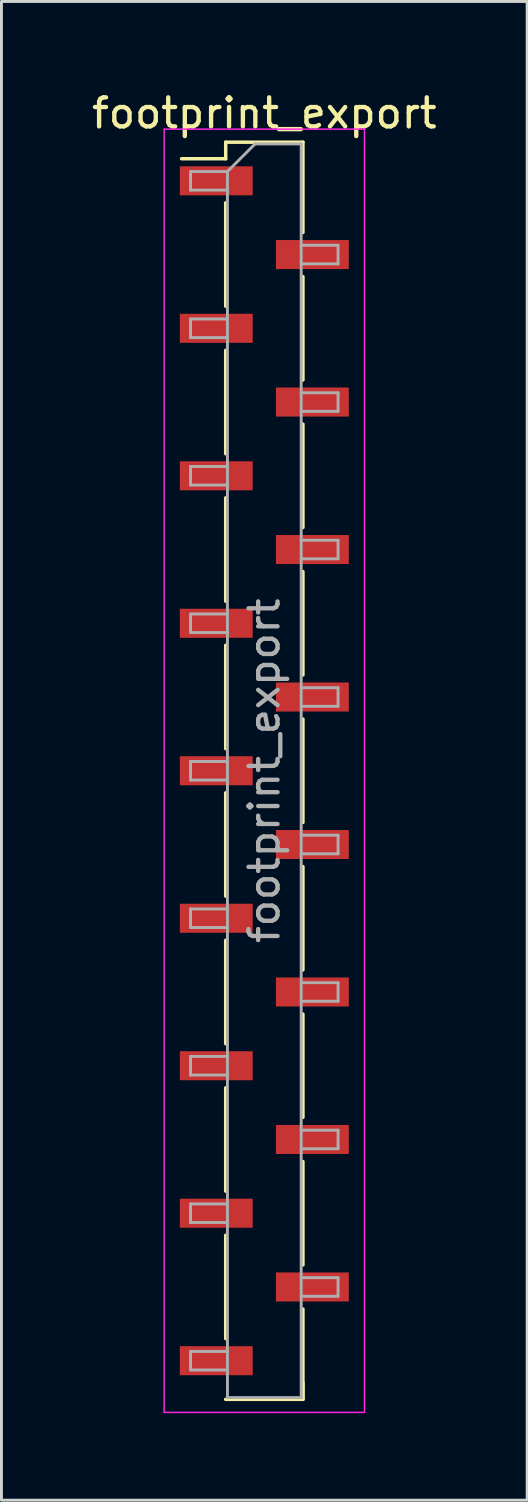
<source format=kicad_pcb>
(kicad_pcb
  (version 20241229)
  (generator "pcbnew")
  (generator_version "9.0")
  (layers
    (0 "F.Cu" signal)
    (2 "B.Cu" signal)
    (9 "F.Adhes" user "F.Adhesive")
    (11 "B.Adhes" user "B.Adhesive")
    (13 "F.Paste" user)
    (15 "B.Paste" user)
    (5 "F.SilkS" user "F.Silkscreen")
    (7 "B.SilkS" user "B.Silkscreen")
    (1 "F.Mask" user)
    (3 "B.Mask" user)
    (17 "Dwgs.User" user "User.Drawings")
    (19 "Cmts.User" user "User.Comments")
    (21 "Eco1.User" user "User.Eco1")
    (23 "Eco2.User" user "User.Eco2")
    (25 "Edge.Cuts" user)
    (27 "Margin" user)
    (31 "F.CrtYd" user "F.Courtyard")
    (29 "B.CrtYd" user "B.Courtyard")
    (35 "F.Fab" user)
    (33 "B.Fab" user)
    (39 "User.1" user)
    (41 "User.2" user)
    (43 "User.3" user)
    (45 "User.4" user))
  (footprint "footprint_export"
    (layer "F.Cu")
    (at 6.054 23.498)
    (property "Reference" "footprint_export" (at 0 -22.65 0) (layer "F.SilkS") (effects (font (size 1 1) (thickness 0.15))))
    (attr smd)
    (fp_line (start -1.33 -21.65) (end -1.33 -21.08) (stroke (width 0.12) (type solid)) (layer "F.SilkS"))
    (fp_line (start -1.33 -21.65) (end 1.33 -21.65) (stroke (width 0.12) (type solid)) (layer "F.SilkS"))
    (fp_line (start -1.33 -21.08) (end -2.85 -21.08) (stroke (width 0.12) (type solid)) (layer "F.SilkS"))
    (fp_line (start -1.33 -19.56) (end -1.33 -16) (stroke (width 0.12) (type solid)) (layer "F.SilkS"))
    (fp_line (start -1.33 -14.48) (end -1.33 -10.92) (stroke (width 0.12) (type solid)) (layer "F.SilkS"))
    (fp_line (start -1.33 -9.4) (end -1.33 -5.84) (stroke (width 0.12) (type solid)) (layer "F.SilkS"))
    (fp_line (start -1.33 -4.32) (end -1.33 -0.76) (stroke (width 0.12) (type solid)) (layer "F.SilkS"))
    (fp_line (start -1.33 0.76) (end -1.33 4.32) (stroke (width 0.12) (type solid)) (layer "F.SilkS"))
    (fp_line (start -1.33 5.84) (end -1.33 9.4) (stroke (width 0.12) (type solid)) (layer "F.SilkS"))
    (fp_line (start -1.33 10.92) (end -1.33 14.48) (stroke (width 0.12) (type solid)) (layer "F.SilkS"))
    (fp_line (start -1.33 16) (end -1.33 19.56) (stroke (width 0.12) (type solid)) (layer "F.SilkS"))
    (fp_line (start -1.33 21.65) (end 1.33 21.65) (stroke (width 0.12) (type solid)) (layer "F.SilkS"))
    (fp_line (start 1.33 -21.65) (end 1.33 -18.54) (stroke (width 0.12) (type solid)) (layer "F.SilkS"))
    (fp_line (start 1.33 -17.02) (end 1.33 -13.46) (stroke (width 0.12) (type solid)) (layer "F.SilkS"))
    (fp_line (start 1.33 -11.94) (end 1.33 -8.38) (stroke (width 0.12) (type solid)) (layer "F.SilkS"))
    (fp_line (start 1.33 -6.86) (end 1.33 -3.3) (stroke (width 0.12) (type solid)) (layer "F.SilkS"))
    (fp_line (start 1.33 -1.78) (end 1.33 1.78) (stroke (width 0.12) (type solid)) (layer "F.SilkS"))
    (fp_line (start 1.33 3.3) (end 1.33 6.86) (stroke (width 0.12) (type solid)) (layer "F.SilkS"))
    (fp_line (start 1.33 8.38) (end 1.33 11.94) (stroke (width 0.12) (type solid)) (layer "F.SilkS"))
    (fp_line (start 1.33 13.46) (end 1.33 17.02) (stroke (width 0.12) (type solid)) (layer "F.SilkS"))
    (fp_line (start 1.33 18.54) (end 1.33 21.65) (stroke (width 0.12) (type solid)) (layer "F.SilkS"))
    (fp_line (start 1.33 21.08) (end 1.33 21.65) (stroke (width 0.12) (type solid)) (layer "F.SilkS"))
    (fp_line (start -3.45 -22.1) (end -3.45 22.1) (stroke (width 0.05) (type solid)) (layer "F.CrtYd"))
    (fp_line (start -3.45 22.1) (end 3.45 22.1) (stroke (width 0.05) (type solid)) (layer "F.CrtYd"))
    (fp_line (start 3.45 -22.1) (end -3.45 -22.1) (stroke (width 0.05) (type solid)) (layer "F.CrtYd"))
    (fp_line (start 3.45 22.1) (end 3.45 -22.1) (stroke (width 0.05) (type solid)) (layer "F.CrtYd"))
    (fp_line (start -2.54 -20.64) (end -2.54 -20) (stroke (width 0.1) (type solid)) (layer "F.Fab"))
    (fp_line (start -2.54 -20) (end -1.27 -20) (stroke (width 0.1) (type solid)) (layer "F.Fab"))
    (fp_line (start -2.54 -15.56) (end -2.54 -14.92) (stroke (width 0.1) (type solid)) (layer "F.Fab"))
    (fp_line (start -2.54 -14.92) (end -1.27 -14.92) (stroke (width 0.1) (type solid)) (layer "F.Fab"))
    (fp_line (start -2.54 -10.48) (end -2.54 -9.84) (stroke (width 0.1) (type solid)) (layer "F.Fab"))
    (fp_line (start -2.54 -9.84) (end -1.27 -9.84) (stroke (width 0.1) (type solid)) (layer "F.Fab"))
    (fp_line (start -2.54 -5.4) (end -2.54 -4.76) (stroke (width 0.1) (type solid)) (layer "F.Fab"))
    (fp_line (start -2.54 -4.76) (end -1.27 -4.76) (stroke (width 0.1) (type solid)) (layer "F.Fab"))
    (fp_line (start -2.54 -0.32) (end -2.54 0.32) (stroke (width 0.1) (type solid)) (layer "F.Fab"))
    (fp_line (start -2.54 0.32) (end -1.27 0.32) (stroke (width 0.1) (type solid)) (layer "F.Fab"))
    (fp_line (start -2.54 4.76) (end -2.54 5.4) (stroke (width 0.1) (type solid)) (layer "F.Fab"))
    (fp_line (start -2.54 5.4) (end -1.27 5.4) (stroke (width 0.1) (type solid)) (layer "F.Fab"))
    (fp_line (start -2.54 9.84) (end -2.54 10.48) (stroke (width 0.1) (type solid)) (layer "F.Fab"))
    (fp_line (start -2.54 10.48) (end -1.27 10.48) (stroke (width 0.1) (type solid)) (layer "F.Fab"))
    (fp_line (start -2.54 14.92) (end -2.54 15.56) (stroke (width 0.1) (type solid)) (layer "F.Fab"))
    (fp_line (start -2.54 15.56) (end -1.27 15.56) (stroke (width 0.1) (type solid)) (layer "F.Fab"))
    (fp_line (start -2.54 20) (end -2.54 20.64) (stroke (width 0.1) (type solid)) (layer "F.Fab"))
    (fp_line (start -2.54 20.64) (end -1.27 20.64) (stroke (width 0.1) (type solid)) (layer "F.Fab"))
    (fp_line (start -1.27 -20.64) (end -2.54 -20.64) (stroke (width 0.1) (type solid)) (layer "F.Fab"))
    (fp_line (start -1.27 -20.64) (end -0.32 -21.59) (stroke (width 0.1) (type solid)) (layer "F.Fab"))
    (fp_line (start -1.27 -15.56) (end -2.54 -15.56) (stroke (width 0.1) (type solid)) (layer "F.Fab"))
    (fp_line (start -1.27 -10.48) (end -2.54 -10.48) (stroke (width 0.1) (type solid)) (layer "F.Fab"))
    (fp_line (start -1.27 -5.4) (end -2.54 -5.4) (stroke (width 0.1) (type solid)) (layer "F.Fab"))
    (fp_line (start -1.27 -0.32) (end -2.54 -0.32) (stroke (width 0.1) (type solid)) (layer "F.Fab"))
    (fp_line (start -1.27 4.76) (end -2.54 4.76) (stroke (width 0.1) (type solid)) (layer "F.Fab"))
    (fp_line (start -1.27 9.84) (end -2.54 9.84) (stroke (width 0.1) (type solid)) (layer "F.Fab"))
    (fp_line (start -1.27 14.92) (end -2.54 14.92) (stroke (width 0.1) (type solid)) (layer "F.Fab"))
    (fp_line (start -1.27 20) (end -2.54 20) (stroke (width 0.1) (type solid)) (layer "F.Fab"))
    (fp_line (start -1.27 21.59) (end -1.27 -20.64) (stroke (width 0.1) (type solid)) (layer "F.Fab"))
    (fp_line (start -0.32 -21.59) (end 1.27 -21.59) (stroke (width 0.1) (type solid)) (layer "F.Fab"))
    (fp_line (start 1.27 -21.59) (end 1.27 21.59) (stroke (width 0.1) (type solid)) (layer "F.Fab"))
    (fp_line (start 1.27 -18.1) (end 2.54 -18.1) (stroke (width 0.1) (type solid)) (layer "F.Fab"))
    (fp_line (start 1.27 -13.02) (end 2.54 -13.02) (stroke (width 0.1) (type solid)) (layer "F.Fab"))
    (fp_line (start 1.27 -7.94) (end 2.54 -7.94) (stroke (width 0.1) (type solid)) (layer "F.Fab"))
    (fp_line (start 1.27 -2.86) (end 2.54 -2.86) (stroke (width 0.1) (type solid)) (layer "F.Fab"))
    (fp_line (start 1.27 2.22) (end 2.54 2.22) (stroke (width 0.1) (type solid)) (layer "F.Fab"))
    (fp_line (start 1.27 7.3) (end 2.54 7.3) (stroke (width 0.1) (type solid)) (layer "F.Fab"))
    (fp_line (start 1.27 12.38) (end 2.54 12.38) (stroke (width 0.1) (type solid)) (layer "F.Fab"))
    (fp_line (start 1.27 17.46) (end 2.54 17.46) (stroke (width 0.1) (type solid)) (layer "F.Fab"))
    (fp_line (start 1.27 21.59) (end -1.27 21.59) (stroke (width 0.1) (type solid)) (layer "F.Fab"))
    (fp_line (start 2.54 -18.1) (end 2.54 -17.46) (stroke (width 0.1) (type solid)) (layer "F.Fab"))
    (fp_line (start 2.54 -17.46) (end 1.27 -17.46) (stroke (width 0.1) (type solid)) (layer "F.Fab"))
    (fp_line (start 2.54 -13.02) (end 2.54 -12.38) (stroke (width 0.1) (type solid)) (layer "F.Fab"))
    (fp_line (start 2.54 -12.38) (end 1.27 -12.38) (stroke (width 0.1) (type solid)) (layer "F.Fab"))
    (fp_line (start 2.54 -7.94) (end 2.54 -7.3) (stroke (width 0.1) (type solid)) (layer "F.Fab"))
    (fp_line (start 2.54 -7.3) (end 1.27 -7.3) (stroke (width 0.1) (type solid)) (layer "F.Fab"))
    (fp_line (start 2.54 -2.86) (end 2.54 -2.22) (stroke (width 0.1) (type solid)) (layer "F.Fab"))
    (fp_line (start 2.54 -2.22) (end 1.27 -2.22) (stroke (width 0.1) (type solid)) (layer "F.Fab"))
    (fp_line (start 2.54 2.22) (end 2.54 2.86) (stroke (width 0.1) (type solid)) (layer "F.Fab"))
    (fp_line (start 2.54 2.86) (end 1.27 2.86) (stroke (width 0.1) (type solid)) (layer "F.Fab"))
    (fp_line (start 2.54 7.3) (end 2.54 7.94) (stroke (width 0.1) (type solid)) (layer "F.Fab"))
    (fp_line (start 2.54 7.94) (end 1.27 7.94) (stroke (width 0.1) (type solid)) (layer "F.Fab"))
    (fp_line (start 2.54 12.38) (end 2.54 13.02) (stroke (width 0.1) (type solid)) (layer "F.Fab"))
    (fp_line (start 2.54 13.02) (end 1.27 13.02) (stroke (width 0.1) (type solid)) (layer "F.Fab"))
    (fp_line (start 2.54 17.46) (end 2.54 18.1) (stroke (width 0.1) (type solid)) (layer "F.Fab"))
    (fp_line (start 2.54 18.1) (end 1.27 18.1) (stroke (width 0.1) (type solid)) (layer "F.Fab"))
    (fp_text user "${REFERENCE}" (at 0 0 90) (layer "F.Fab") (effects (font (size 1 1) (thickness 0.15))))
    (pad "1" smd rect (at -1.655 -20.32) (size 2.51 1) (layers "F.Cu" "F.Mask" "F.Paste"))
    (pad "2" smd rect (at 1.655 -17.78) (size 2.51 1) (layers "F.Cu" "F.Mask" "F.Paste"))
    (pad "3" smd rect (at -1.655 -15.24) (size 2.51 1) (layers "F.Cu" "F.Mask" "F.Paste"))
    (pad "4" smd rect (at 1.655 -12.7) (size 2.51 1) (layers "F.Cu" "F.Mask" "F.Paste"))
    (pad "5" smd rect (at -1.655 -10.16) (size 2.51 1) (layers "F.Cu" "F.Mask" "F.Paste"))
    (pad "6" smd rect (at 1.655 -7.62) (size 2.51 1) (layers "F.Cu" "F.Mask" "F.Paste"))
    (pad "7" smd rect (at -1.655 -5.08) (size 2.51 1) (layers "F.Cu" "F.Mask" "F.Paste"))
    (pad "8" smd rect (at 1.655 -2.54) (size 2.51 1) (layers "F.Cu" "F.Mask" "F.Paste"))
    (pad "9" smd rect (at -1.655 0) (size 2.51 1) (layers "F.Cu" "F.Mask" "F.Paste"))
    (pad "10" smd rect (at 1.655 2.54) (size 2.51 1) (layers "F.Cu" "F.Mask" "F.Paste"))
    (pad "11" smd rect (at -1.655 5.08) (size 2.51 1) (layers "F.Cu" "F.Mask" "F.Paste"))
    (pad "12" smd rect (at 1.655 7.62) (size 2.51 1) (layers "F.Cu" "F.Mask" "F.Paste"))
    (pad "13" smd rect (at -1.655 10.16) (size 2.51 1) (layers "F.Cu" "F.Mask" "F.Paste"))
    (pad "14" smd rect (at 1.655 12.7) (size 2.51 1) (layers "F.Cu" "F.Mask" "F.Paste"))
    (pad "15" smd rect (at -1.655 15.24) (size 2.51 1) (layers "F.Cu" "F.Mask" "F.Paste"))
    (pad "16" smd rect (at 1.655 17.78) (size 2.51 1) (layers "F.Cu" "F.Mask" "F.Paste"))
    (pad "17" smd rect (at -1.655 20.32) (size 2.51 1) (layers "F.Cu" "F.Mask" "F.Paste")))
  (gr_rect
    (start -3 -3)
    (end 15.107 48.623)
    (stroke (width 0.1) (type default))
    (fill no)
    (layer "Edge.Cuts")))
</source>
